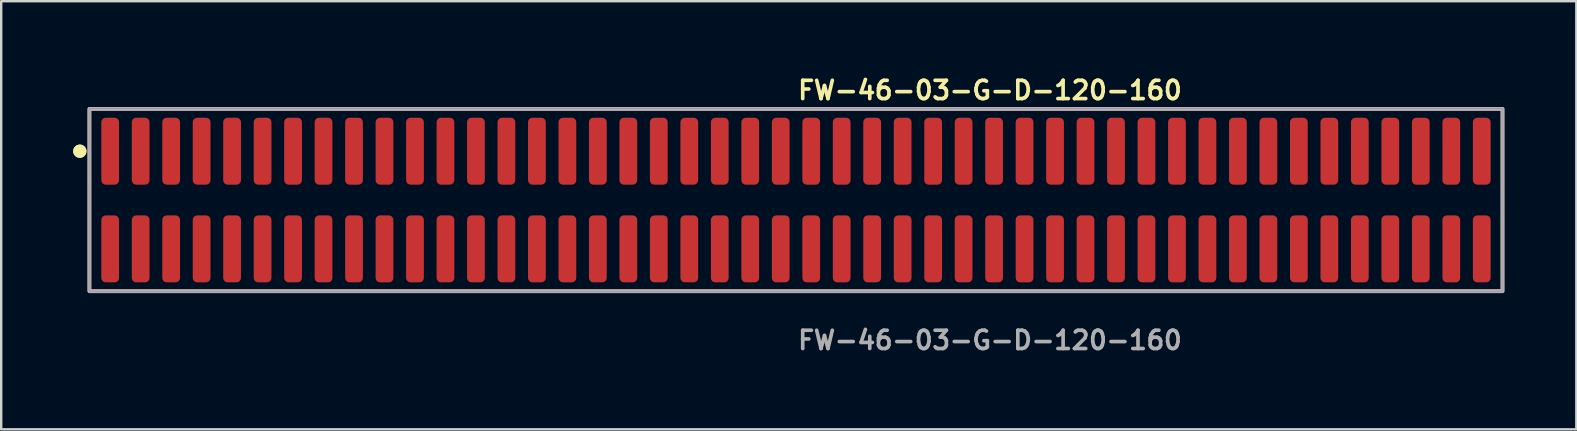
<source format=kicad_pcb>
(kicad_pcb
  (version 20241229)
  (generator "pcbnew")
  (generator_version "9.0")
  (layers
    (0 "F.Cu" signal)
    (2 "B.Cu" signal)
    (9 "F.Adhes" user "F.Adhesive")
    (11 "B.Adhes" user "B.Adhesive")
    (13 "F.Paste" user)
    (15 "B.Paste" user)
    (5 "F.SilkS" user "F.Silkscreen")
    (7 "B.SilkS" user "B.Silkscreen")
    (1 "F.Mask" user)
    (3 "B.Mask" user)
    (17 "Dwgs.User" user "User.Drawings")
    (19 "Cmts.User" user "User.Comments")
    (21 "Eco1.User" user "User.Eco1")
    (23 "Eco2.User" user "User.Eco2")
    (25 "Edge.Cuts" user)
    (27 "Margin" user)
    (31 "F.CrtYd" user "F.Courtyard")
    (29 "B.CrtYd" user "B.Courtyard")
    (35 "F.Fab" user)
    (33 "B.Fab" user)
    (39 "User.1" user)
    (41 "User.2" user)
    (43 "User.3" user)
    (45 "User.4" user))
  (footprint "FW-46-03-G-D-120-160"
    (layer "F.Cu")
    (at 30.116 5.285)
    (property "Reference" "FW-46-03-G-D-120-160" (at 0 -4.572 0) (unlocked yes) (layer "F.SilkS") (effects (font (size 0.762 0.762) (thickness 0.152)) (justify left)))
    (fp_rect (start -29.44 3.8) (end 29.44 -3.8) (stroke (width 0.152) (type solid)) (fill no) (layer "F.SilkS"))
    (fp_circle (center -29.84 -2.035) (end -30.04 -2.035) (stroke (width 0.152) (type solid)) (fill yes) (layer "F.SilkS"))
    (fp_circle (center -29.84 -2.035) (end -30.04 -2.035) (stroke (width 0.152) (type solid)) (fill yes) (layer "F.SilkS"))
    (fp_rect (start -29.44 3.8) (end 29.44 -3.8) (stroke (width 0.006) (type solid)) (fill no) (layer "F.CrtYd"))
    (fp_rect (start -29.44 3.8) (end 29.44 -3.8) (stroke (width 0.152) (type solid)) (fill no) (layer "F.Fab"))
    (fp_text user "${REFERENCE}" (at 0 5.842 0) (unlocked yes) (layer "F.Fab") (effects (font (size 0.762 0.762) (thickness 0.152)) (justify left)))
    (pad "1" smd roundrect (at -28.575 -2.035) (size 0.74 2.79) (layers "F.Cu" "F.Paste") (roundrect_rratio 0.25))
    (pad "2" smd roundrect (at -28.575 2.035) (size 0.74 2.79) (layers "F.Cu" "F.Paste") (roundrect_rratio 0.25))
    (pad "3" smd roundrect (at -27.305 -2.035) (size 0.74 2.79) (layers "F.Cu" "F.Paste") (roundrect_rratio 0.25))
    (pad "4" smd roundrect (at -27.305 2.035) (size 0.74 2.79) (layers "F.Cu" "F.Paste") (roundrect_rratio 0.25))
    (pad "5" smd roundrect (at -26.035 -2.035) (size 0.74 2.79) (layers "F.Cu" "F.Paste") (roundrect_rratio 0.25))
    (pad "6" smd roundrect (at -26.035 2.035) (size 0.74 2.79) (layers "F.Cu" "F.Paste") (roundrect_rratio 0.25))
    (pad "7" smd roundrect (at -24.765 -2.035) (size 0.74 2.79) (layers "F.Cu" "F.Paste") (roundrect_rratio 0.25))
    (pad "8" smd roundrect (at -24.765 2.035) (size 0.74 2.79) (layers "F.Cu" "F.Paste") (roundrect_rratio 0.25))
    (pad "9" smd roundrect (at -23.495 -2.035) (size 0.74 2.79) (layers "F.Cu" "F.Paste") (roundrect_rratio 0.25))
    (pad "10" smd roundrect (at -23.495 2.035) (size 0.74 2.79) (layers "F.Cu" "F.Paste") (roundrect_rratio 0.25))
    (pad "11" smd roundrect (at -22.225 -2.035) (size 0.74 2.79) (layers "F.Cu" "F.Paste") (roundrect_rratio 0.25))
    (pad "12" smd roundrect (at -22.225 2.035) (size 0.74 2.79) (layers "F.Cu" "F.Paste") (roundrect_rratio 0.25))
    (pad "13" smd roundrect (at -20.955 -2.035) (size 0.74 2.79) (layers "F.Cu" "F.Paste") (roundrect_rratio 0.25))
    (pad "14" smd roundrect (at -20.955 2.035) (size 0.74 2.79) (layers "F.Cu" "F.Paste") (roundrect_rratio 0.25))
    (pad "15" smd roundrect (at -19.685 -2.035) (size 0.74 2.79) (layers "F.Cu" "F.Paste") (roundrect_rratio 0.25))
    (pad "16" smd roundrect (at -19.685 2.035) (size 0.74 2.79) (layers "F.Cu" "F.Paste") (roundrect_rratio 0.25))
    (pad "17" smd roundrect (at -18.415 -2.035) (size 0.74 2.79) (layers "F.Cu" "F.Paste") (roundrect_rratio 0.25))
    (pad "18" smd roundrect (at -18.415 2.035) (size 0.74 2.79) (layers "F.Cu" "F.Paste") (roundrect_rratio 0.25))
    (pad "19" smd roundrect (at -17.145 -2.035) (size 0.74 2.79) (layers "F.Cu" "F.Paste") (roundrect_rratio 0.25))
    (pad "20" smd roundrect (at -17.145 2.035) (size 0.74 2.79) (layers "F.Cu" "F.Paste") (roundrect_rratio 0.25))
    (pad "21" smd roundrect (at -15.875 -2.035) (size 0.74 2.79) (layers "F.Cu" "F.Paste") (roundrect_rratio 0.25))
    (pad "22" smd roundrect (at -15.875 2.035) (size 0.74 2.79) (layers "F.Cu" "F.Paste") (roundrect_rratio 0.25))
    (pad "23" smd roundrect (at -14.605 -2.035) (size 0.74 2.79) (layers "F.Cu" "F.Paste") (roundrect_rratio 0.25))
    (pad "24" smd roundrect (at -14.605 2.035) (size 0.74 2.79) (layers "F.Cu" "F.Paste") (roundrect_rratio 0.25))
    (pad "25" smd roundrect (at -13.335 -2.035) (size 0.74 2.79) (layers "F.Cu" "F.Paste") (roundrect_rratio 0.25))
    (pad "26" smd roundrect (at -13.335 2.035) (size 0.74 2.79) (layers "F.Cu" "F.Paste") (roundrect_rratio 0.25))
    (pad "27" smd roundrect (at -12.065 -2.035) (size 0.74 2.79) (layers "F.Cu" "F.Paste") (roundrect_rratio 0.25))
    (pad "28" smd roundrect (at -12.065 2.035) (size 0.74 2.79) (layers "F.Cu" "F.Paste") (roundrect_rratio 0.25))
    (pad "29" smd roundrect (at -10.795 -2.035) (size 0.74 2.79) (layers "F.Cu" "F.Paste") (roundrect_rratio 0.25))
    (pad "30" smd roundrect (at -10.795 2.035) (size 0.74 2.79) (layers "F.Cu" "F.Paste") (roundrect_rratio 0.25))
    (pad "31" smd roundrect (at -9.525 -2.035) (size 0.74 2.79) (layers "F.Cu" "F.Paste") (roundrect_rratio 0.25))
    (pad "32" smd roundrect (at -9.525 2.035) (size 0.74 2.79) (layers "F.Cu" "F.Paste") (roundrect_rratio 0.25))
    (pad "33" smd roundrect (at -8.255 -2.035) (size 0.74 2.79) (layers "F.Cu" "F.Paste") (roundrect_rratio 0.25))
    (pad "34" smd roundrect (at -8.255 2.035) (size 0.74 2.79) (layers "F.Cu" "F.Paste") (roundrect_rratio 0.25))
    (pad "35" smd roundrect (at -6.985 -2.035) (size 0.74 2.79) (layers "F.Cu" "F.Paste") (roundrect_rratio 0.25))
    (pad "36" smd roundrect (at -6.985 2.035) (size 0.74 2.79) (layers "F.Cu" "F.Paste") (roundrect_rratio 0.25))
    (pad "37" smd roundrect (at -5.715 -2.035) (size 0.74 2.79) (layers "F.Cu" "F.Paste") (roundrect_rratio 0.25))
    (pad "38" smd roundrect (at -5.715 2.035) (size 0.74 2.79) (layers "F.Cu" "F.Paste") (roundrect_rratio 0.25))
    (pad "39" smd roundrect (at -4.445 -2.035) (size 0.74 2.79) (layers "F.Cu" "F.Paste") (roundrect_rratio 0.25))
    (pad "40" smd roundrect (at -4.445 2.035) (size 0.74 2.79) (layers "F.Cu" "F.Paste") (roundrect_rratio 0.25))
    (pad "41" smd roundrect (at -3.175 -2.035) (size 0.74 2.79) (layers "F.Cu" "F.Paste") (roundrect_rratio 0.25))
    (pad "42" smd roundrect (at -3.175 2.035) (size 0.74 2.79) (layers "F.Cu" "F.Paste") (roundrect_rratio 0.25))
    (pad "43" smd roundrect (at -1.905 -2.035) (size 0.74 2.79) (layers "F.Cu" "F.Paste") (roundrect_rratio 0.25))
    (pad "44" smd roundrect (at -1.905 2.035) (size 0.74 2.79) (layers "F.Cu" "F.Paste") (roundrect_rratio 0.25))
    (pad "45" smd roundrect (at -0.635 -2.035) (size 0.74 2.79) (layers "F.Cu" "F.Paste") (roundrect_rratio 0.25))
    (pad "46" smd roundrect (at -0.635 2.035) (size 0.74 2.79) (layers "F.Cu" "F.Paste") (roundrect_rratio 0.25))
    (pad "47" smd roundrect (at 0.635 -2.035) (size 0.74 2.79) (layers "F.Cu" "F.Paste") (roundrect_rratio 0.25))
    (pad "48" smd roundrect (at 0.635 2.035) (size 0.74 2.79) (layers "F.Cu" "F.Paste") (roundrect_rratio 0.25))
    (pad "49" smd roundrect (at 1.905 -2.035) (size 0.74 2.79) (layers "F.Cu" "F.Paste") (roundrect_rratio 0.25))
    (pad "50" smd roundrect (at 1.905 2.035) (size 0.74 2.79) (layers "F.Cu" "F.Paste") (roundrect_rratio 0.25))
    (pad "51" smd roundrect (at 3.175 -2.035) (size 0.74 2.79) (layers "F.Cu" "F.Paste") (roundrect_rratio 0.25))
    (pad "52" smd roundrect (at 3.175 2.035) (size 0.74 2.79) (layers "F.Cu" "F.Paste") (roundrect_rratio 0.25))
    (pad "53" smd roundrect (at 4.445 -2.035) (size 0.74 2.79) (layers "F.Cu" "F.Paste") (roundrect_rratio 0.25))
    (pad "54" smd roundrect (at 4.445 2.035) (size 0.74 2.79) (layers "F.Cu" "F.Paste") (roundrect_rratio 0.25))
    (pad "55" smd roundrect (at 5.715 -2.035) (size 0.74 2.79) (layers "F.Cu" "F.Paste") (roundrect_rratio 0.25))
    (pad "56" smd roundrect (at 5.715 2.035) (size 0.74 2.79) (layers "F.Cu" "F.Paste") (roundrect_rratio 0.25))
    (pad "57" smd roundrect (at 6.985 -2.035) (size 0.74 2.79) (layers "F.Cu" "F.Paste") (roundrect_rratio 0.25))
    (pad "58" smd roundrect (at 6.985 2.035) (size 0.74 2.79) (layers "F.Cu" "F.Paste") (roundrect_rratio 0.25))
    (pad "59" smd roundrect (at 8.255 -2.035) (size 0.74 2.79) (layers "F.Cu" "F.Paste") (roundrect_rratio 0.25))
    (pad "60" smd roundrect (at 8.255 2.035) (size 0.74 2.79) (layers "F.Cu" "F.Paste") (roundrect_rratio 0.25))
    (pad "61" smd roundrect (at 9.525 -2.035) (size 0.74 2.79) (layers "F.Cu" "F.Paste") (roundrect_rratio 0.25))
    (pad "62" smd roundrect (at 9.525 2.035) (size 0.74 2.79) (layers "F.Cu" "F.Paste") (roundrect_rratio 0.25))
    (pad "63" smd roundrect (at 10.795 -2.035) (size 0.74 2.79) (layers "F.Cu" "F.Paste") (roundrect_rratio 0.25))
    (pad "64" smd roundrect (at 10.795 2.035) (size 0.74 2.79) (layers "F.Cu" "F.Paste") (roundrect_rratio 0.25))
    (pad "65" smd roundrect (at 12.065 -2.035) (size 0.74 2.79) (layers "F.Cu" "F.Paste") (roundrect_rratio 0.25))
    (pad "66" smd roundrect (at 12.065 2.035) (size 0.74 2.79) (layers "F.Cu" "F.Paste") (roundrect_rratio 0.25))
    (pad "67" smd roundrect (at 13.335 -2.035) (size 0.74 2.79) (layers "F.Cu" "F.Paste") (roundrect_rratio 0.25))
    (pad "68" smd roundrect (at 13.335 2.035) (size 0.74 2.79) (layers "F.Cu" "F.Paste") (roundrect_rratio 0.25))
    (pad "69" smd roundrect (at 14.605 -2.035) (size 0.74 2.79) (layers "F.Cu" "F.Paste") (roundrect_rratio 0.25))
    (pad "70" smd roundrect (at 14.605 2.035) (size 0.74 2.79) (layers "F.Cu" "F.Paste") (roundrect_rratio 0.25))
    (pad "71" smd roundrect (at 15.875 -2.035) (size 0.74 2.79) (layers "F.Cu" "F.Paste") (roundrect_rratio 0.25))
    (pad "72" smd roundrect (at 15.875 2.035) (size 0.74 2.79) (layers "F.Cu" "F.Paste") (roundrect_rratio 0.25))
    (pad "73" smd roundrect (at 17.145 -2.035) (size 0.74 2.79) (layers "F.Cu" "F.Paste") (roundrect_rratio 0.25))
    (pad "74" smd roundrect (at 17.145 2.035) (size 0.74 2.79) (layers "F.Cu" "F.Paste") (roundrect_rratio 0.25))
    (pad "75" smd roundrect (at 18.415 -2.035) (size 0.74 2.79) (layers "F.Cu" "F.Paste") (roundrect_rratio 0.25))
    (pad "76" smd roundrect (at 18.415 2.035) (size 0.74 2.79) (layers "F.Cu" "F.Paste") (roundrect_rratio 0.25))
    (pad "77" smd roundrect (at 19.685 -2.035) (size 0.74 2.79) (layers "F.Cu" "F.Paste") (roundrect_rratio 0.25))
    (pad "78" smd roundrect (at 19.685 2.035) (size 0.74 2.79) (layers "F.Cu" "F.Paste") (roundrect_rratio 0.25))
    (pad "79" smd roundrect (at 20.955 -2.035) (size 0.74 2.79) (layers "F.Cu" "F.Paste") (roundrect_rratio 0.25))
    (pad "80" smd roundrect (at 20.955 2.035) (size 0.74 2.79) (layers "F.Cu" "F.Paste") (roundrect_rratio 0.25))
    (pad "81" smd roundrect (at 22.225 -2.035) (size 0.74 2.79) (layers "F.Cu" "F.Paste") (roundrect_rratio 0.25))
    (pad "82" smd roundrect (at 22.225 2.035) (size 0.74 2.79) (layers "F.Cu" "F.Paste") (roundrect_rratio 0.25))
    (pad "83" smd roundrect (at 23.495 -2.035) (size 0.74 2.79) (layers "F.Cu" "F.Paste") (roundrect_rratio 0.25))
    (pad "84" smd roundrect (at 23.495 2.035) (size 0.74 2.79) (layers "F.Cu" "F.Paste") (roundrect_rratio 0.25))
    (pad "85" smd roundrect (at 24.765 -2.035) (size 0.74 2.79) (layers "F.Cu" "F.Paste") (roundrect_rratio 0.25))
    (pad "86" smd roundrect (at 24.765 2.035) (size 0.74 2.79) (layers "F.Cu" "F.Paste") (roundrect_rratio 0.25))
    (pad "87" smd roundrect (at 26.035 -2.035) (size 0.74 2.79) (layers "F.Cu" "F.Paste") (roundrect_rratio 0.25))
    (pad "88" smd roundrect (at 26.035 2.035) (size 0.74 2.79) (layers "F.Cu" "F.Paste") (roundrect_rratio 0.25))
    (pad "89" smd roundrect (at 27.305 -2.035) (size 0.74 2.79) (layers "F.Cu" "F.Paste") (roundrect_rratio 0.25))
    (pad "90" smd roundrect (at 27.305 2.035) (size 0.74 2.79) (layers "F.Cu" "F.Paste") (roundrect_rratio 0.25))
    (pad "91" smd roundrect (at 28.575 -2.035) (size 0.74 2.79) (layers "F.Cu" "F.Paste") (roundrect_rratio 0.25))
    (pad "92" smd roundrect (at 28.575 2.035) (size 0.74 2.79) (layers "F.Cu" "F.Paste") (roundrect_rratio 0.25)))
  (gr_rect
    (start -3 -3)
    (end 62.632 14.84)
    (stroke (width 0.1) (type default))
    (fill no)
    (layer "Edge.Cuts")))
</source>
